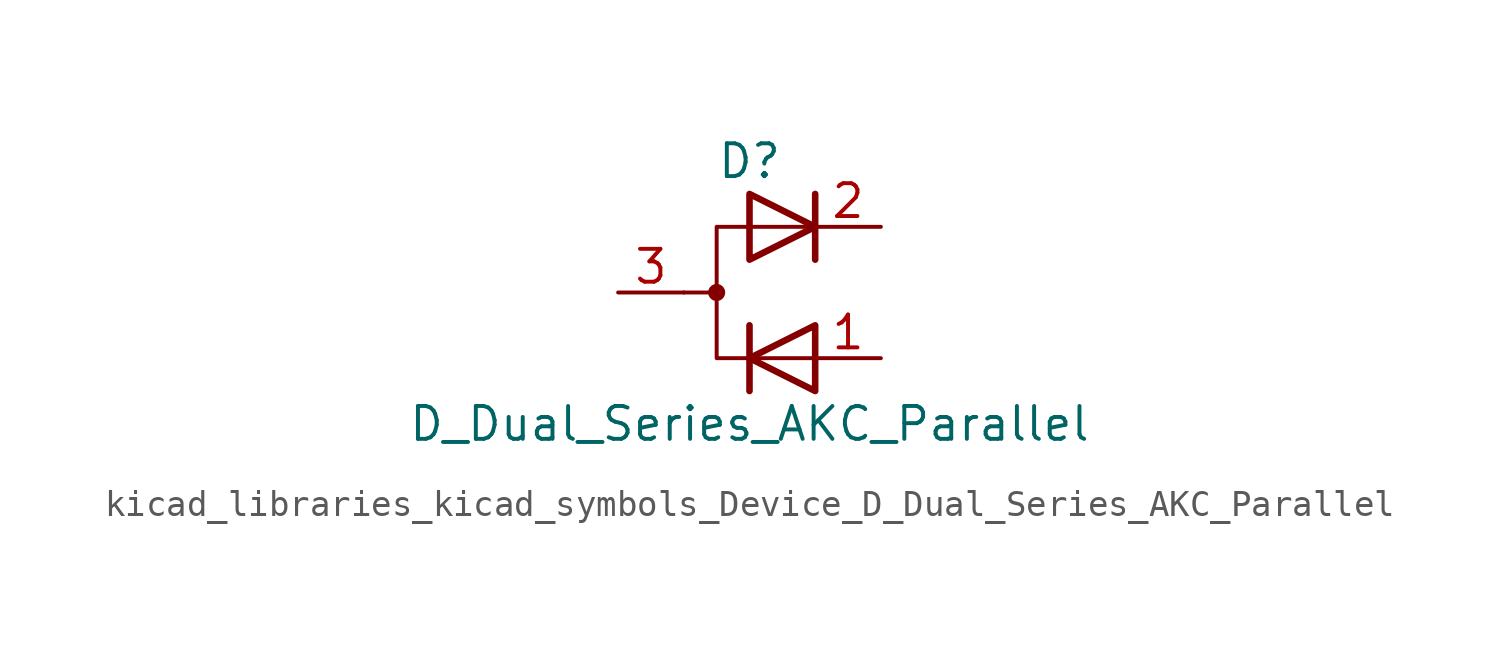
<source format=kicad_sym>
(kicad_symbol_lib
  (version 20220914)
  (generator kicad_symbol_editor)
  (symbol "kicad_libraries_kicad_symbols_Device_D_Dual_Series_AKC_Parallel"
    (pin_names
      (offset 0.762) hide)
    (property "Reference" "D"
      (at 0 5.08 0)
      (effects (font (size 1.27 1.27))))
    (property "Value" "D_Dual_Series_AKC_Parallel"
      (at 0 -5.08 0)
      (effects (font (size 1.27 1.27))))
    (symbol "kicad_libraries_kicad_symbols_Device_D_Dual_Series_AKC_Parallel_0_0"
      (polyline (pts (xy 0 -1.27) (xy 0 -3.81)) (stroke (width 0.254) (type default)) (fill (type none)))
      (polyline (pts (xy 2.54 3.81) (xy 2.54 1.27)) (stroke (width 0.254) (type default)) (fill (type none))))
    (symbol "kicad_libraries_kicad_symbols_Device_D_Dual_Series_AKC_Parallel_0_1"
      (circle (center -1.27 0) (radius 0.254) (stroke (width 0) (type default)) (fill (type outline)))
      (polyline (pts (xy -1.27 0) (xy -2.54 0)) (stroke (width 0) (type default)) (fill (type none)))
      (polyline (pts (xy 2.54 2.54) (xy -1.27 2.54) (xy -1.27 -2.54) (xy 2.54 -2.54)) (stroke (width 0) (type default)) (fill (type none)))
      (polyline (pts (xy 0 3.81) (xy 2.54 2.54) (xy 0 1.27) (xy 0 3.81) (xy 0 3.81) (xy 0 3.81)) (stroke (width 0.254) (type default)) (fill (type none)))
      (polyline (pts (xy 2.54 -1.27) (xy 0 -2.54) (xy 2.54 -3.81) (xy 2.54 -1.27) (xy 2.54 -1.27) (xy 2.54 -1.27)) (stroke (width 0.254) (type default)) (fill (type none)))
      (pin passive line (at 5.08 -2.54 180) (length 2.54) (name "K" (effects (font (size 1.27 1.27)))) (number "1" (effects (font (size 1.27 1.27)))))
      (pin passive line (at 5.08 2.54 180) (length 2.54) (name "K" (effects (font (size 1.27 1.27)))) (number "2" (effects (font (size 1.27 1.27)))))
      (pin passive line (at -5.08 0 0) (length 2.54) (name "A" (effects (font (size 1.27 1.27)))) (number "3" (effects (font (size 1.27 1.27))))))))
</source>
